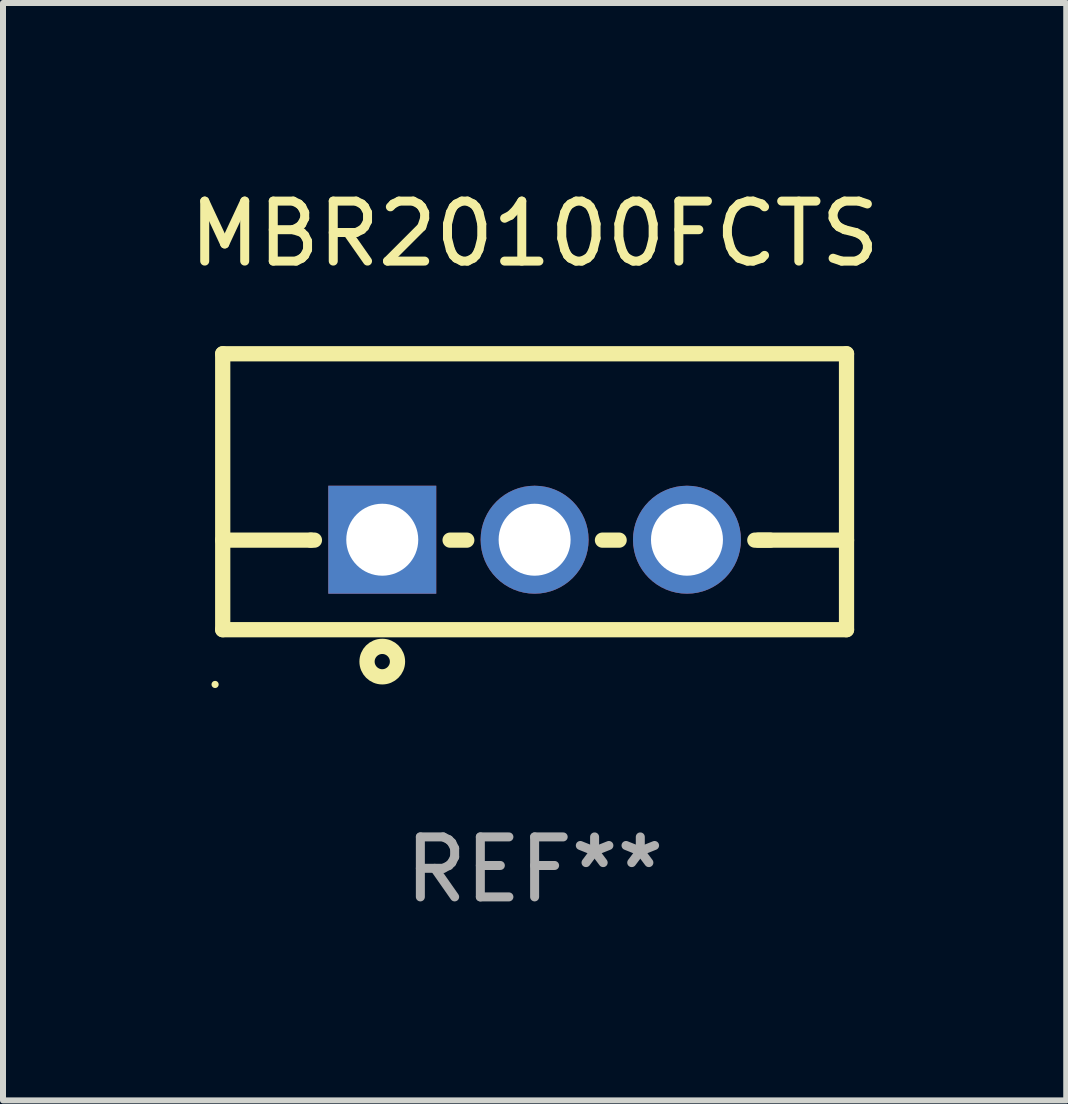
<source format=kicad_pcb>
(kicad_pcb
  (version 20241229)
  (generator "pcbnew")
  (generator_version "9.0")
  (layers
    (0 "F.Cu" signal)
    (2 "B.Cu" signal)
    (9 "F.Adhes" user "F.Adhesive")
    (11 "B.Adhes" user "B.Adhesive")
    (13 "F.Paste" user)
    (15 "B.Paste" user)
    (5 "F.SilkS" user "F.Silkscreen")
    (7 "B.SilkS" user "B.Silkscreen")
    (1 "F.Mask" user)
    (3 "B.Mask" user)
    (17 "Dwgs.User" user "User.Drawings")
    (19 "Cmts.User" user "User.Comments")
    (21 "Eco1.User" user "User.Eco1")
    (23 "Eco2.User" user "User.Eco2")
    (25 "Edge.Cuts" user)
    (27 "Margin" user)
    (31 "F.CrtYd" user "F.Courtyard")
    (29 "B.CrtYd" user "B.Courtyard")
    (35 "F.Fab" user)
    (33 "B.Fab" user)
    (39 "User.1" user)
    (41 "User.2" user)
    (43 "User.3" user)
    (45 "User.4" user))
  (footprint "MBR20100FCTS"
    (layer "F.Cu")
    (at 5.863 5.148)
    (property "Reference" "MBR20100FCTS" (at 0 -4.3 0) (layer "F.SilkS") (effects (font (size 1 1) (thickness 0.15))))
    (attr through_hole)
    (fp_line (start -5.2 -2.3) (end -5.2 2.3) (stroke (width 0.254) (type solid)) (layer "F.SilkS"))
    (fp_line (start -5.2 -2.3) (end 5.2 -2.3) (stroke (width 0.254) (type solid)) (layer "F.SilkS"))
    (fp_line (start -5.2 0.807) (end -3.731 0.807) (stroke (width 0.254) (type solid)) (layer "F.SilkS"))
    (fp_line (start -5.2 2.3) (end 5.2 2.3) (stroke (width 0.254) (type solid)) (layer "F.SilkS"))
    (fp_line (start -3.731 0.807) (end -3.671 0.807) (stroke (width 0.254) (type solid)) (layer "F.SilkS"))
    (fp_line (start -1.409 0.807) (end -1.131 0.807) (stroke (width 0.254) (type solid)) (layer "F.SilkS"))
    (fp_line (start 1.131 0.807) (end 1.409 0.807) (stroke (width 0.254) (type solid)) (layer "F.SilkS"))
    (fp_line (start 3.671 0.807) (end 3.926 0.807) (stroke (width 0.254) (type solid)) (layer "F.SilkS"))
    (fp_line (start 3.731 0.807) (end 5.2 0.807) (stroke (width 0.254) (type solid)) (layer "F.SilkS"))
    (fp_line (start 5.2 -2.3) (end 5.2 2.3) (stroke (width 0.254) (type solid)) (layer "F.SilkS"))
    (fp_circle (center -5.327 3.213) (end -5.297 3.213) (stroke (width 0.06) (type solid)) (fill no) (layer "F.SilkS"))
    (fp_circle (center -2.54 2.832) (end -2.286 2.832) (stroke (width 0.254) (type solid)) (fill no) (layer "F.SilkS"))
    (fp_text user "REF**" (at 0 6.3 0) (layer "F.Fab") (effects (font (size 1 1) (thickness 0.15))))
    (pad "1" thru_hole rect (at -2.54 0.8) (size 1.8 1.8) (drill 1.2) (layers "*.Cu" "*.Mask"))
    (pad "2" thru_hole circle (at 0 0.8) (size 1.8 1.8) (drill 1.2) (layers "*.Cu" "*.Mask"))
    (pad "3" thru_hole circle (at 2.54 0.8) (size 1.8 1.8) (drill 1.2) (layers "*.Cu" "*.Mask")))
  (gr_rect
    (start -3 -3)
    (end 14.726 15.296)
    (stroke (width 0.1) (type default))
    (fill no)
    (layer "Edge.Cuts")))
</source>
